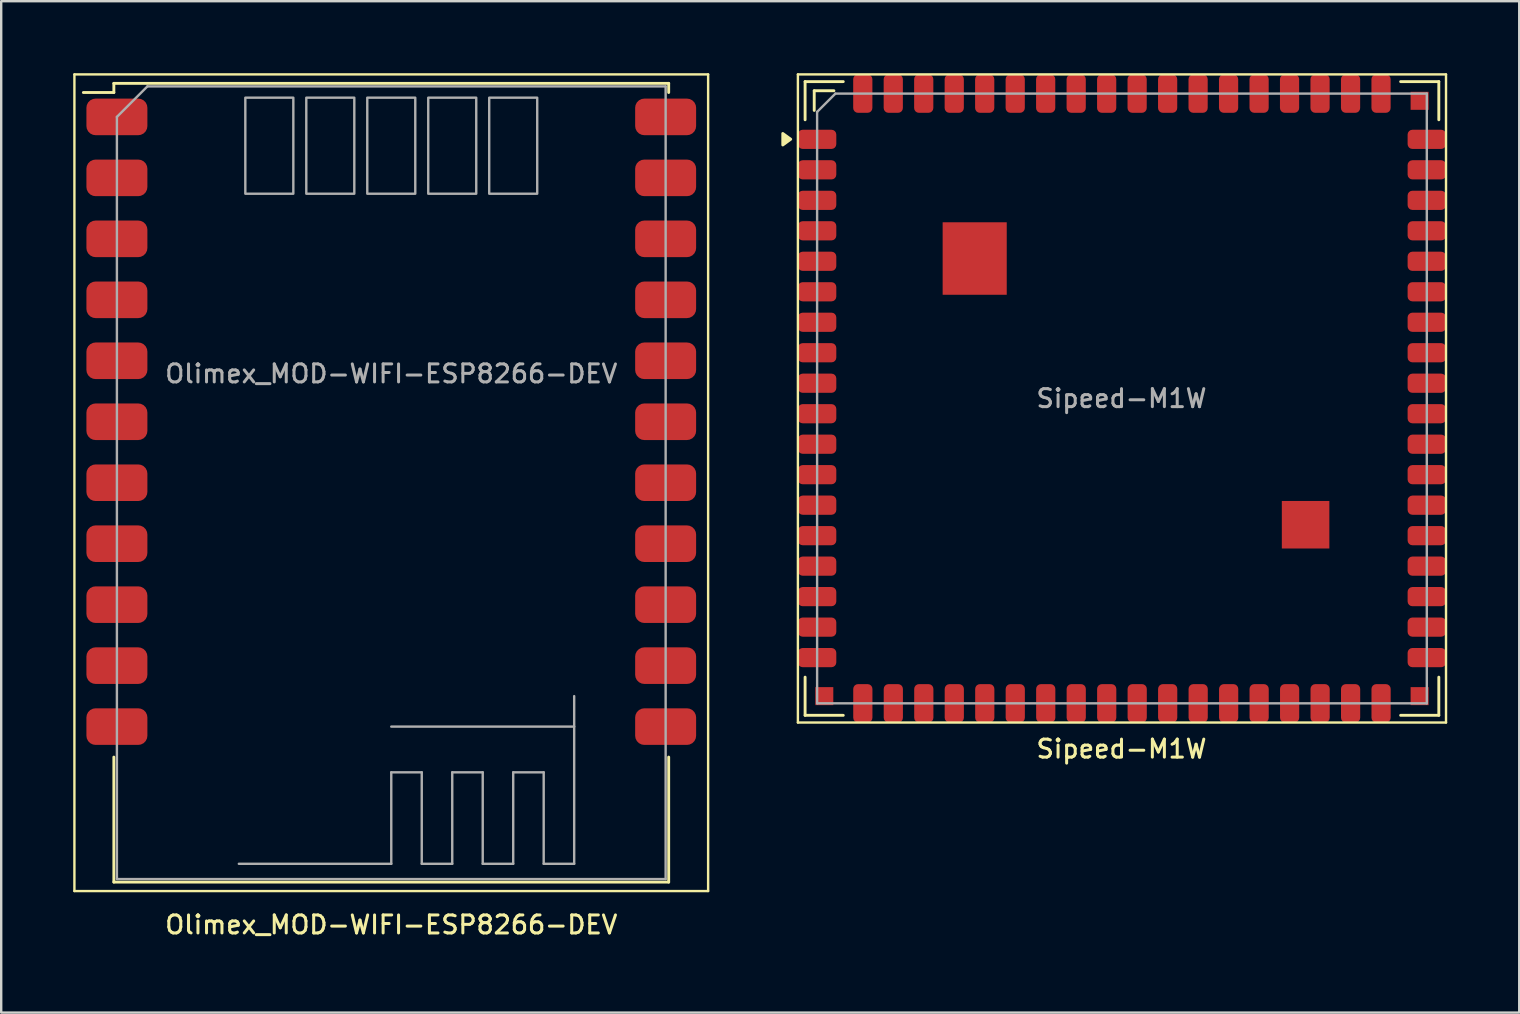
<source format=kicad_pcb>
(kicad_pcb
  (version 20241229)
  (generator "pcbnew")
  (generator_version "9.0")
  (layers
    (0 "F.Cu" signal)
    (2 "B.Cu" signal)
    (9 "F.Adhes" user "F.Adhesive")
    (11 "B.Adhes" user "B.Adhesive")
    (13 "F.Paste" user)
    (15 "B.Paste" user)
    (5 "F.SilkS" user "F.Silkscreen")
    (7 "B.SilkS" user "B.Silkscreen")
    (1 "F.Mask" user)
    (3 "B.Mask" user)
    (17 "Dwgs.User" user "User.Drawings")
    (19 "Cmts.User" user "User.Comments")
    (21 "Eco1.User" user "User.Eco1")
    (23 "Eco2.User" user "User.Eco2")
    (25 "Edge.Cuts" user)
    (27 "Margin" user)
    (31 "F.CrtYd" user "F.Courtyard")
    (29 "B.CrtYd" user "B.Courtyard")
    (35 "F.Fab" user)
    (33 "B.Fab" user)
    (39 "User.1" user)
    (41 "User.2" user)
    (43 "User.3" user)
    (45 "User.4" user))
  (footprint "Olimex_MOD-WIFI-ESP8266-DEV"
    (layer "F.Cu")
    (at 13.25 14.52)
    (property "Reference" "Olimex_MOD-WIFI-ESP8266-DEV" (at 0 20.955 0) (layer "F.SilkS") (effects (font (size 0.75 0.75) (thickness 0.125))))
    (attr smd)
    (fp_line (start -13.2 -14.47) (end -13.2 19.55) (stroke (width 0.1) (type solid)) (layer "F.SilkS"))
    (fp_line (start -13.2 19.55) (end 13.2 19.55) (stroke (width 0.1) (type solid)) (layer "F.SilkS"))
    (fp_line (start -11.557 -14.097) (end -11.557 -13.716) (stroke (width 0.12) (type solid)) (layer "F.SilkS"))
    (fp_line (start -11.557 -13.716) (end -12.827 -13.716) (stroke (width 0.12) (type solid)) (layer "F.SilkS"))
    (fp_line (start -11.557 13.97) (end -11.557 19.177) (stroke (width 0.12) (type solid)) (layer "F.SilkS"))
    (fp_line (start -11.557 19.177) (end 11.557 19.177) (stroke (width 0.12) (type solid)) (layer "F.SilkS"))
    (fp_line (start 11.557 -14.097) (end -11.557 -14.097) (stroke (width 0.12) (type solid)) (layer "F.SilkS"))
    (fp_line (start 11.557 -13.716) (end 11.557 -14.097) (stroke (width 0.12) (type solid)) (layer "F.SilkS"))
    (fp_line (start 11.557 19.177) (end 11.557 13.97) (stroke (width 0.12) (type solid)) (layer "F.SilkS"))
    (fp_line (start 13.2 -14.47) (end -13.2 -14.47) (stroke (width 0.1) (type solid)) (layer "F.SilkS"))
    (fp_line (start 13.2 19.55) (end 13.2 -14.47) (stroke (width 0.1) (type solid)) (layer "F.SilkS"))
    (fp_line (start -11.43 -12.7) (end -11.43 19.05) (stroke (width 0.1) (type solid)) (layer "F.Fab"))
    (fp_line (start -11.43 19.05) (end 11.43 19.05) (stroke (width 0.1) (type solid)) (layer "F.Fab"))
    (fp_line (start -10.16 -13.97) (end -11.43 -12.7) (stroke (width 0.1) (type solid)) (layer "F.Fab"))
    (fp_line (start -10.16 -13.97) (end 11.43 -13.97) (stroke (width 0.1) (type solid)) (layer "F.Fab"))
    (fp_line (start -6.35 18.415) (end 0 18.415) (stroke (width 0.1) (type solid)) (layer "F.Fab"))
    (fp_line (start 0 14.605) (end 1.27 14.605) (stroke (width 0.1) (type solid)) (layer "F.Fab"))
    (fp_line (start 0 18.415) (end 0 14.605) (stroke (width 0.1) (type solid)) (layer "F.Fab"))
    (fp_line (start 1.27 14.605) (end 1.27 18.415) (stroke (width 0.1) (type solid)) (layer "F.Fab"))
    (fp_line (start 1.27 18.415) (end 2.54 18.415) (stroke (width 0.1) (type solid)) (layer "F.Fab"))
    (fp_line (start 2.54 14.605) (end 3.81 14.605) (stroke (width 0.1) (type solid)) (layer "F.Fab"))
    (fp_line (start 2.54 18.415) (end 2.54 14.605) (stroke (width 0.1) (type solid)) (layer "F.Fab"))
    (fp_line (start 3.81 14.605) (end 3.81 18.415) (stroke (width 0.1) (type solid)) (layer "F.Fab"))
    (fp_line (start 3.81 18.415) (end 5.08 18.415) (stroke (width 0.1) (type solid)) (layer "F.Fab"))
    (fp_line (start 5.08 14.605) (end 6.35 14.605) (stroke (width 0.1) (type solid)) (layer "F.Fab"))
    (fp_line (start 5.08 18.415) (end 5.08 14.605) (stroke (width 0.1) (type solid)) (layer "F.Fab"))
    (fp_line (start 6.35 14.605) (end 6.35 18.415) (stroke (width 0.1) (type solid)) (layer "F.Fab"))
    (fp_line (start 6.35 18.415) (end 7.62 18.415) (stroke (width 0.1) (type solid)) (layer "F.Fab"))
    (fp_line (start 7.62 12.7) (end 0 12.7) (stroke (width 0.1) (type solid)) (layer "F.Fab"))
    (fp_line (start 7.62 18.415) (end 7.62 11.43) (stroke (width 0.1) (type solid)) (layer "F.Fab"))
    (fp_line (start 11.43 -13.97) (end 11.43 19.05) (stroke (width 0.1) (type solid)) (layer "F.Fab"))
    (fp_poly (pts (xy -4.08 -9.5) (xy -6.08 -9.5) (xy -6.08 -13.5) (xy -4.08 -13.5)) (stroke (width 0.1) (type solid)) (fill no) (layer "F.Fab"))
    (fp_poly (pts (xy -1.54 -9.5) (xy -3.54 -9.5) (xy -3.54 -13.5) (xy -1.54 -13.5)) (stroke (width 0.1) (type solid)) (fill no) (layer "F.Fab"))
    (fp_poly (pts (xy 1 -9.5) (xy -1 -9.5) (xy -1 -13.5) (xy 1 -13.5)) (stroke (width 0.1) (type solid)) (fill no) (layer "F.Fab"))
    (fp_poly (pts (xy 3.54 -9.5) (xy 1.54 -9.5) (xy 1.54 -13.5) (xy 3.54 -13.5)) (stroke (width 0.1) (type solid)) (fill no) (layer "F.Fab"))
    (fp_poly (pts (xy 6.08 -9.5) (xy 4.08 -9.5) (xy 4.08 -13.5) (xy 6.08 -13.5)) (stroke (width 0.1) (type solid)) (fill no) (layer "F.Fab"))
    (fp_text user "${REFERENCE}" (at 0 -2 0) (unlocked yes) (layer "F.Fab") (effects (font (size 0.75 0.75) (thickness 0.125))))
    (pad "1" smd roundrect (at -11.43 -12.7) (size 2.54 1.524) (layers "F.Cu" "F.Mask" "F.Paste") (roundrect_rratio 0.25))
    (pad "2" smd roundrect (at -11.43 -10.16) (size 2.54 1.524) (layers "F.Cu" "F.Mask" "F.Paste") (roundrect_rratio 0.25))
    (pad "3" smd roundrect (at -11.43 -7.62) (size 2.54 1.524) (layers "F.Cu" "F.Mask" "F.Paste") (roundrect_rratio 0.25))
    (pad "4" smd roundrect (at -11.43 -5.08) (size 2.54 1.524) (layers "F.Cu" "F.Mask" "F.Paste") (roundrect_rratio 0.25))
    (pad "5" smd roundrect (at -11.43 -2.54) (size 2.54 1.524) (layers "F.Cu" "F.Mask" "F.Paste") (roundrect_rratio 0.25))
    (pad "6" smd roundrect (at -11.43 0) (size 2.54 1.524) (layers "F.Cu" "F.Mask" "F.Paste") (roundrect_rratio 0.25))
    (pad "7" smd roundrect (at -11.43 2.54) (size 2.54 1.524) (layers "F.Cu" "F.Mask" "F.Paste") (roundrect_rratio 0.25))
    (pad "8" smd roundrect (at -11.43 5.08) (size 2.54 1.524) (layers "F.Cu" "F.Mask" "F.Paste") (roundrect_rratio 0.25))
    (pad "9" smd roundrect (at -11.43 7.62) (size 2.54 1.524) (layers "F.Cu" "F.Mask" "F.Paste") (roundrect_rratio 0.25))
    (pad "10" smd roundrect (at -11.43 10.16) (size 2.54 1.524) (layers "F.Cu" "F.Mask" "F.Paste") (roundrect_rratio 0.25))
    (pad "11" smd roundrect (at -11.43 12.7) (size 2.54 1.524) (layers "F.Cu" "F.Mask" "F.Paste") (roundrect_rratio 0.25))
    (pad "12" smd roundrect (at 11.43 12.7) (size 2.54 1.524) (layers "F.Cu" "F.Mask" "F.Paste") (roundrect_rratio 0.25))
    (pad "13" smd roundrect (at 11.43 10.16) (size 2.54 1.524) (layers "F.Cu" "F.Mask" "F.Paste") (roundrect_rratio 0.25))
    (pad "14" smd roundrect (at 11.43 7.62) (size 2.54 1.524) (layers "F.Cu" "F.Mask" "F.Paste") (roundrect_rratio 0.25))
    (pad "15" smd roundrect (at 11.43 5.08) (size 2.54 1.524) (layers "F.Cu" "F.Mask" "F.Paste") (roundrect_rratio 0.25))
    (pad "16" smd roundrect (at 11.43 2.54) (size 2.54 1.524) (layers "F.Cu" "F.Mask" "F.Paste") (roundrect_rratio 0.25))
    (pad "17" smd roundrect (at 11.43 0) (size 2.54 1.524) (layers "F.Cu" "F.Mask" "F.Paste") (roundrect_rratio 0.25))
    (pad "18" smd roundrect (at 11.43 -2.54) (size 2.54 1.524) (layers "F.Cu" "F.Mask" "F.Paste") (roundrect_rratio 0.25))
    (pad "19" smd roundrect (at 11.43 -5.08) (size 2.54 1.524) (layers "F.Cu" "F.Mask" "F.Paste") (roundrect_rratio 0.25))
    (pad "20" smd roundrect (at 11.43 -7.62) (size 2.54 1.524) (layers "F.Cu" "F.Mask" "F.Paste") (roundrect_rratio 0.25))
    (pad "21" smd roundrect (at 11.43 -10.16) (size 2.54 1.524) (layers "F.Cu" "F.Mask" "F.Paste") (roundrect_rratio 0.25))
    (pad "22" smd roundrect (at 11.43 -12.7) (size 2.54 1.524) (layers "F.Cu" "F.Mask" "F.Paste") (roundrect_rratio 0.25))
    (zone (net_name "") (layer "F.Cu") (name "Exposed copper keepout") (hatch full 0.508) (connect_pads) (min_thickness 0.254) (filled_areas_thickness no) (keepout (tracks not_allowed) (vias not_allowed) (pads not_allowed) (copperpour not_allowed) (footprints allowed)) (placement (enabled no)) (fill) (polygon (pts (xy 20.25 6.02) (xy 6.25 6.02) (xy 6.25 0.52) (xy 20.25 0.52))))
    (zone (net_name "") (layers "F.Cu" "B.Cu") (name "Antenna Keepout") (hatch full 0.508) (connect_pads) (min_thickness 0.254) (filled_areas_thickness no) (keepout (tracks not_allowed) (vias not_allowed) (pads not_allowed) (copperpour not_allowed) (footprints not_allowed)) (placement (enabled no)) (fill) (polygon (pts (xy 22.775 28.49) (xy 25.315 28.49) (xy 25.315 34.205) (xy 1.185 34.205) (xy 1.185 28.49) (xy 3.725 28.49) (xy 3.725 25.95) (xy 22.775 25.95)))))
  (footprint "Sipeed-M1W"
    (layer "F.Cu")
    (at 43.69 13.55)
    (property "Reference" "Sipeed-M1W" (at -0.019 14.6 0) (unlocked yes) (layer "F.SilkS") (effects (font (size 0.75 0.75) (thickness 0.125))))
    (attr smd)
    (fp_line (start -13.5 -13.5) (end 13.5 -13.5) (stroke (width 0.1) (type solid)) (layer "F.SilkS"))
    (fp_line (start -13.5 13.5) (end -13.5 -13.5) (stroke (width 0.1) (type solid)) (layer "F.SilkS"))
    (fp_line (start -13.2 -13.2) (end -13.2 -11.61) (stroke (width 0.12) (type solid)) (layer "F.SilkS"))
    (fp_line (start -13.2 13.2) (end -13.2 11.61) (stroke (width 0.12) (type solid)) (layer "F.SilkS"))
    (fp_line (start -12.82 -12.82) (end -12.82 -12) (stroke (width 0.12) (type solid)) (layer "F.SilkS"))
    (fp_line (start -12 -12.82) (end -12.82 -12.82) (stroke (width 0.12) (type solid)) (layer "F.SilkS"))
    (fp_line (start -11.61 -13.2) (end -13.2 -13.2) (stroke (width 0.12) (type solid)) (layer "F.SilkS"))
    (fp_line (start -11.61 13.2) (end -13.2 13.2) (stroke (width 0.12) (type solid)) (layer "F.SilkS"))
    (fp_line (start 11.61 13.2) (end 13.2 13.2) (stroke (width 0.12) (type solid)) (layer "F.SilkS"))
    (fp_line (start 13.2 -13.2) (end 11.61 -13.2) (stroke (width 0.12) (type solid)) (layer "F.SilkS"))
    (fp_line (start 13.2 -11.61) (end 13.2 -13.2) (stroke (width 0.12) (type solid)) (layer "F.SilkS"))
    (fp_line (start 13.2 13.2) (end 13.2 11.61) (stroke (width 0.12) (type solid)) (layer "F.SilkS"))
    (fp_line (start 13.5 -13.5) (end 13.5 13.5) (stroke (width 0.1) (type solid)) (layer "F.SilkS"))
    (fp_line (start 13.5 13.5) (end -13.5 13.5) (stroke (width 0.1) (type solid)) (layer "F.SilkS"))
    (fp_poly (pts (xy -13.8 -10.8) (xy -14.13 -10.56) (xy -14.13 -11.04) (xy -13.8 -10.8)) (stroke (width 0.12) (type solid)) (fill yes) (layer "F.SilkS"))
    (fp_line (start -12.7 -11.938) (end -11.938 -12.7) (stroke (width 0.1) (type solid)) (layer "F.Fab"))
    (fp_line (start -12.7 12.7) (end -12.7 -11.938) (stroke (width 0.1) (type solid)) (layer "F.Fab"))
    (fp_line (start -11.938 -12.7) (end 12.7 -12.7) (stroke (width 0.1) (type solid)) (layer "F.Fab"))
    (fp_line (start 12.7 -12.7) (end 12.7 12.7) (stroke (width 0.1) (type solid)) (layer "F.Fab"))
    (fp_line (start 12.7 12.7) (end -12.7 12.7) (stroke (width 0.1) (type solid)) (layer "F.Fab"))
    (fp_text user "${REFERENCE}" (at -0.019 0 0) (unlocked yes) (layer "F.Fab") (effects (font (size 0.75 0.75) (thickness 0.125))))
    (pad "" smd rect (at -12.4 12.4 90) (size 0.75 0.75) (layers "F.Cu" "F.Mask" "F.Paste"))
    (pad "" smd roundrect (at -6.8 -6.582) (size 1.18 1.355) (layers "F.Paste") (roundrect_rratio 0.25))
    (pad "" smd roundrect (at -6.8 -5.077) (size 1.18 1.355) (layers "F.Paste") (roundrect_rratio 0.25))
    (pad "" smd rect (at -6.135 -5.83) (size 2.67 3.02) (layers "F.Cu" "F.Mask"))
    (pad "" smd roundrect (at -5.47 -6.582) (size 1.18 1.355) (layers "F.Paste") (roundrect_rratio 0.25))
    (pad "" smd roundrect (at -5.47 -5.077) (size 1.18 1.355) (layers "F.Paste") (roundrect_rratio 0.25))
    (pad "" smd roundrect (at 7.157 4.762) (size 0.835 0.835) (layers "F.Paste") (roundrect_rratio 0.25))
    (pad "" smd roundrect (at 7.157 5.753) (size 0.835 0.835) (layers "F.Paste") (roundrect_rratio 0.25))
    (pad "" smd rect (at 7.65 5.26) (size 1.98 1.98) (layers "F.Cu" "F.Mask"))
    (pad "" smd roundrect (at 8.143 4.762) (size 0.835 0.835) (layers "F.Paste") (roundrect_rratio 0.25))
    (pad "" smd roundrect (at 8.143 5.753) (size 0.835 0.835) (layers "F.Paste") (roundrect_rratio 0.25))
    (pad "" smd rect (at 12.4 -12.4 90) (size 0.75 0.75) (layers "F.Cu" "F.Mask" "F.Paste"))
    (pad "" smd rect (at 12.4 12.4 90) (size 0.75 0.75) (layers "F.Cu" "F.Mask" "F.Paste"))
    (pad "1" smd roundrect (at -12.7 -10.795) (size 1.6 0.8) (layers "F.Cu" "F.Mask" "F.Paste") (roundrect_rratio 0.25))
    (pad "2" smd roundrect (at -12.7 -9.525) (size 1.6 0.8) (layers "F.Cu" "F.Mask" "F.Paste") (roundrect_rratio 0.25))
    (pad "3" smd roundrect (at -12.7 -8.255) (size 1.6 0.8) (layers "F.Cu" "F.Mask" "F.Paste") (roundrect_rratio 0.25))
    (pad "4" smd roundrect (at -12.7 -6.985) (size 1.6 0.8) (layers "F.Cu" "F.Mask" "F.Paste") (roundrect_rratio 0.25))
    (pad "5" smd roundrect (at -12.7 -5.715) (size 1.6 0.8) (layers "F.Cu" "F.Mask" "F.Paste") (roundrect_rratio 0.25))
    (pad "6" smd roundrect (at -12.7 -4.445) (size 1.6 0.8) (layers "F.Cu" "F.Mask" "F.Paste") (roundrect_rratio 0.25))
    (pad "7" smd roundrect (at -12.7 -3.175) (size 1.6 0.8) (layers "F.Cu" "F.Mask" "F.Paste") (roundrect_rratio 0.25))
    (pad "8" smd roundrect (at -12.7 -1.905) (size 1.6 0.8) (layers "F.Cu" "F.Mask" "F.Paste") (roundrect_rratio 0.25))
    (pad "9" smd roundrect (at -12.7 -0.635) (size 1.6 0.8) (layers "F.Cu" "F.Mask" "F.Paste") (roundrect_rratio 0.25))
    (pad "10" smd roundrect (at -12.7 0.635) (size 1.6 0.8) (layers "F.Cu" "F.Mask" "F.Paste") (roundrect_rratio 0.25))
    (pad "11" smd roundrect (at -12.7 1.905) (size 1.6 0.8) (layers "F.Cu" "F.Mask" "F.Paste") (roundrect_rratio 0.25))
    (pad "12" smd roundrect (at -12.7 3.175) (size 1.6 0.8) (layers "F.Cu" "F.Mask" "F.Paste") (roundrect_rratio 0.25))
    (pad "13" smd roundrect (at -12.7 4.445) (size 1.6 0.8) (layers "F.Cu" "F.Mask" "F.Paste") (roundrect_rratio 0.25))
    (pad "14" smd roundrect (at -12.7 5.715) (size 1.6 0.8) (layers "F.Cu" "F.Mask" "F.Paste") (roundrect_rratio 0.25))
    (pad "15" smd roundrect (at -12.7 6.985) (size 1.6 0.8) (layers "F.Cu" "F.Mask" "F.Paste") (roundrect_rratio 0.25))
    (pad "16" smd roundrect (at -12.7 8.255) (size 1.6 0.8) (layers "F.Cu" "F.Mask" "F.Paste") (roundrect_rratio 0.25))
    (pad "17" smd roundrect (at -12.7 9.525) (size 1.6 0.8) (layers "F.Cu" "F.Mask" "F.Paste") (roundrect_rratio 0.25))
    (pad "18" smd roundrect (at -12.7 10.795) (size 1.6 0.8) (layers "F.Cu" "F.Mask" "F.Paste") (roundrect_rratio 0.25))
    (pad "19" smd roundrect (at -10.795 12.7 90) (size 1.6 0.8) (layers "F.Cu" "F.Mask" "F.Paste") (roundrect_rratio 0.25))
    (pad "20" smd roundrect (at -9.525 12.7 90) (size 1.6 0.8) (layers "F.Cu" "F.Mask" "F.Paste") (roundrect_rratio 0.25))
    (pad "21" smd roundrect (at -8.255 12.7 90) (size 1.6 0.8) (layers "F.Cu" "F.Mask" "F.Paste") (roundrect_rratio 0.25))
    (pad "22" smd roundrect (at -6.985 12.7 90) (size 1.6 0.8) (layers "F.Cu" "F.Mask" "F.Paste") (roundrect_rratio 0.25))
    (pad "23" smd roundrect (at -5.715 12.7 90) (size 1.6 0.8) (layers "F.Cu" "F.Mask" "F.Paste") (roundrect_rratio 0.25))
    (pad "24" smd roundrect (at -4.445 12.7 90) (size 1.6 0.8) (layers "F.Cu" "F.Mask" "F.Paste") (roundrect_rratio 0.25))
    (pad "25" smd roundrect (at -3.175 12.7 90) (size 1.6 0.8) (layers "F.Cu" "F.Mask" "F.Paste") (roundrect_rratio 0.25))
    (pad "26" smd roundrect (at -1.905 12.7 90) (size 1.6 0.8) (layers "F.Cu" "F.Mask" "F.Paste") (roundrect_rratio 0.25))
    (pad "27" smd roundrect (at -0.635 12.7 90) (size 1.6 0.8) (layers "F.Cu" "F.Mask" "F.Paste") (roundrect_rratio 0.25))
    (pad "28" smd roundrect (at 0.635 12.7 90) (size 1.6 0.8) (layers "F.Cu" "F.Mask" "F.Paste") (roundrect_rratio 0.25))
    (pad "29" smd roundrect (at 1.905 12.7 90) (size 1.6 0.8) (layers "F.Cu" "F.Mask" "F.Paste") (roundrect_rratio 0.25))
    (pad "30" smd roundrect (at 3.175 12.7 90) (size 1.6 0.8) (layers "F.Cu" "F.Mask" "F.Paste") (roundrect_rratio 0.25))
    (pad "31" smd roundrect (at 4.445 12.7 90) (size 1.6 0.8) (layers "F.Cu" "F.Mask" "F.Paste") (roundrect_rratio 0.25))
    (pad "32" smd roundrect (at 5.715 12.7 90) (size 1.6 0.8) (layers "F.Cu" "F.Mask" "F.Paste") (roundrect_rratio 0.25))
    (pad "33" smd roundrect (at 6.985 12.7 90) (size 1.6 0.8) (layers "F.Cu" "F.Mask" "F.Paste") (roundrect_rratio 0.25))
    (pad "34" smd roundrect (at 8.255 12.7 90) (size 1.6 0.8) (layers "F.Cu" "F.Mask" "F.Paste") (roundrect_rratio 0.25))
    (pad "35" smd roundrect (at 9.525 12.7 90) (size 1.6 0.8) (layers "F.Cu" "F.Mask" "F.Paste") (roundrect_rratio 0.25))
    (pad "36" smd roundrect (at 10.795 12.7 90) (size 1.6 0.8) (layers "F.Cu" "F.Mask" "F.Paste") (roundrect_rratio 0.25))
    (pad "37" smd roundrect (at 12.7 10.795 180) (size 1.6 0.8) (layers "F.Cu" "F.Mask" "F.Paste") (roundrect_rratio 0.25))
    (pad "38" smd roundrect (at 12.7 9.525 180) (size 1.6 0.8) (layers "F.Cu" "F.Mask" "F.Paste") (roundrect_rratio 0.25))
    (pad "39" smd roundrect (at 12.7 8.255 180) (size 1.6 0.8) (layers "F.Cu" "F.Mask" "F.Paste") (roundrect_rratio 0.25))
    (pad "40" smd roundrect (at 12.7 6.985 180) (size 1.6 0.8) (layers "F.Cu" "F.Mask" "F.Paste") (roundrect_rratio 0.25))
    (pad "41" smd roundrect (at 12.7 5.715 180) (size 1.6 0.8) (layers "F.Cu" "F.Mask" "F.Paste") (roundrect_rratio 0.25))
    (pad "42" smd roundrect (at 12.7 4.445 180) (size 1.6 0.8) (layers "F.Cu" "F.Mask" "F.Paste") (roundrect_rratio 0.25))
    (pad "43" smd roundrect (at 12.7 3.175 180) (size 1.6 0.8) (layers "F.Cu" "F.Mask" "F.Paste") (roundrect_rratio 0.25))
    (pad "44" smd roundrect (at 12.7 1.905 180) (size 1.6 0.8) (layers "F.Cu" "F.Mask" "F.Paste") (roundrect_rratio 0.25))
    (pad "45" smd roundrect (at 12.7 0.635 180) (size 1.6 0.8) (layers "F.Cu" "F.Mask" "F.Paste") (roundrect_rratio 0.25))
    (pad "46" smd roundrect (at 12.7 -0.635 180) (size 1.6 0.8) (layers "F.Cu" "F.Mask" "F.Paste") (roundrect_rratio 0.25))
    (pad "47" smd roundrect (at 12.7 -1.905 180) (size 1.6 0.8) (layers "F.Cu" "F.Mask" "F.Paste") (roundrect_rratio 0.25))
    (pad "48" smd roundrect (at 12.7 -3.175 180) (size 1.6 0.8) (layers "F.Cu" "F.Mask" "F.Paste") (roundrect_rratio 0.25))
    (pad "49" smd roundrect (at 12.7 -4.445 180) (size 1.6 0.8) (layers "F.Cu" "F.Mask" "F.Paste") (roundrect_rratio 0.25))
    (pad "50" smd roundrect (at 12.7 -5.715 180) (size 1.6 0.8) (layers "F.Cu" "F.Mask" "F.Paste") (roundrect_rratio 0.25))
    (pad "51" smd roundrect (at 12.7 -6.985 180) (size 1.6 0.8) (layers "F.Cu" "F.Mask" "F.Paste") (roundrect_rratio 0.25))
    (pad "52" smd roundrect (at 12.7 -8.255 180) (size 1.6 0.8) (layers "F.Cu" "F.Mask" "F.Paste") (roundrect_rratio 0.25))
    (pad "53" smd roundrect (at 12.7 -9.525 180) (size 1.6 0.8) (layers "F.Cu" "F.Mask" "F.Paste") (roundrect_rratio 0.25))
    (pad "54" smd roundrect (at 12.7 -10.795 180) (size 1.6 0.8) (layers "F.Cu" "F.Mask" "F.Paste") (roundrect_rratio 0.25))
    (pad "55" smd roundrect (at 10.793 -12.7 270) (size 1.6 0.8) (layers "F.Cu" "F.Mask" "F.Paste") (roundrect_rratio 0.25))
    (pad "56" smd roundrect (at 9.523 -12.7 270) (size 1.6 0.8) (layers "F.Cu" "F.Mask" "F.Paste") (roundrect_rratio 0.25))
    (pad "57" smd roundrect (at 8.252 -12.7 270) (size 1.6 0.8) (layers "F.Cu" "F.Mask" "F.Paste") (roundrect_rratio 0.25))
    (pad "58" smd roundrect (at 6.982 -12.7 270) (size 1.6 0.8) (layers "F.Cu" "F.Mask" "F.Paste") (roundrect_rratio 0.25))
    (pad "59" smd roundrect (at 5.713 -12.7 270) (size 1.6 0.8) (layers "F.Cu" "F.Mask" "F.Paste") (roundrect_rratio 0.25))
    (pad "60" smd roundrect (at 4.442 -12.7 270) (size 1.6 0.8) (layers "F.Cu" "F.Mask" "F.Paste") (roundrect_rratio 0.25))
    (pad "61" smd roundrect (at 3.172 -12.7 270) (size 1.6 0.8) (layers "F.Cu" "F.Mask" "F.Paste") (roundrect_rratio 0.25))
    (pad "62" smd roundrect (at 1.903 -12.7 270) (size 1.6 0.8) (layers "F.Cu" "F.Mask" "F.Paste") (roundrect_rratio 0.25))
    (pad "63" smd roundrect (at 0.632 -12.7 270) (size 1.6 0.8) (layers "F.Cu" "F.Mask" "F.Paste") (roundrect_rratio 0.25))
    (pad "64" smd roundrect (at -0.637 -12.7 270) (size 1.6 0.8) (layers "F.Cu" "F.Mask" "F.Paste") (roundrect_rratio 0.25))
    (pad "65" smd roundrect (at -1.907 -12.7 270) (size 1.6 0.8) (layers "F.Cu" "F.Mask" "F.Paste") (roundrect_rratio 0.25))
    (pad "66" smd roundrect (at -3.178 -12.7 270) (size 1.6 0.8) (layers "F.Cu" "F.Mask" "F.Paste") (roundrect_rratio 0.25))
    (pad "67" smd roundrect (at -4.447 -12.7 270) (size 1.6 0.8) (layers "F.Cu" "F.Mask" "F.Paste") (roundrect_rratio 0.25))
    (pad "68" smd roundrect (at -5.718 -12.7 270) (size 1.6 0.8) (layers "F.Cu" "F.Mask" "F.Paste") (roundrect_rratio 0.25))
    (pad "69" smd roundrect (at -6.987 -12.7 270) (size 1.6 0.8) (layers "F.Cu" "F.Mask" "F.Paste") (roundrect_rratio 0.25))
    (pad "70" smd roundrect (at -8.258 -12.7 270) (size 1.6 0.8) (layers "F.Cu" "F.Mask" "F.Paste") (roundrect_rratio 0.25))
    (pad "71" smd roundrect (at -9.527 -12.7 270) (size 1.6 0.8) (layers "F.Cu" "F.Mask" "F.Paste") (roundrect_rratio 0.25))
    (pad "72" smd roundrect (at -10.797 -12.7 270) (size 1.6 0.8) (layers "F.Cu" "F.Mask" "F.Paste") (roundrect_rratio 0.25)))
  (gr_rect
    (start -3 -3)
    (end 60.24 39.133)
    (stroke (width 0.1) (type default))
    (fill no)
    (layer "Edge.Cuts")))
</source>
